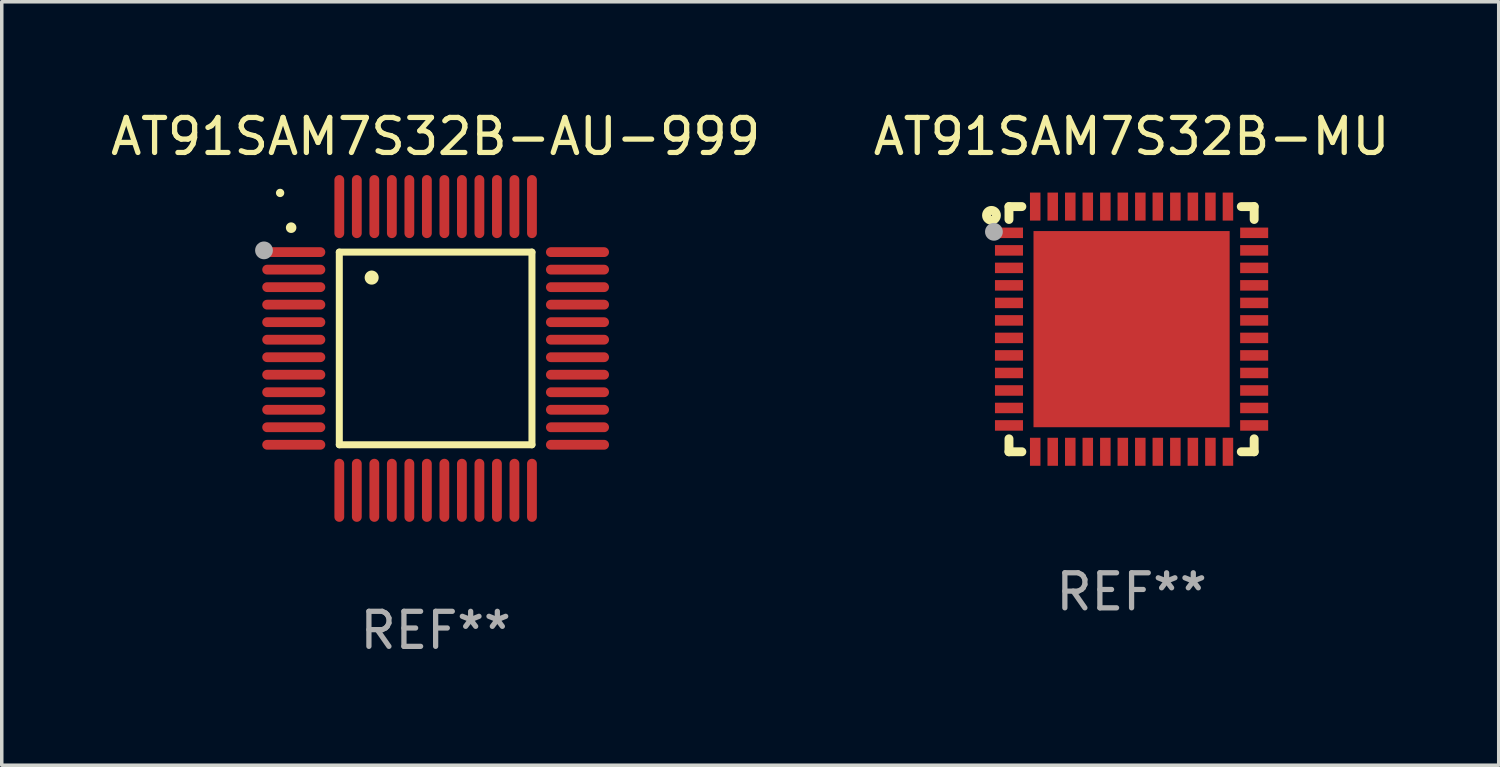
<source format=kicad_pcb>
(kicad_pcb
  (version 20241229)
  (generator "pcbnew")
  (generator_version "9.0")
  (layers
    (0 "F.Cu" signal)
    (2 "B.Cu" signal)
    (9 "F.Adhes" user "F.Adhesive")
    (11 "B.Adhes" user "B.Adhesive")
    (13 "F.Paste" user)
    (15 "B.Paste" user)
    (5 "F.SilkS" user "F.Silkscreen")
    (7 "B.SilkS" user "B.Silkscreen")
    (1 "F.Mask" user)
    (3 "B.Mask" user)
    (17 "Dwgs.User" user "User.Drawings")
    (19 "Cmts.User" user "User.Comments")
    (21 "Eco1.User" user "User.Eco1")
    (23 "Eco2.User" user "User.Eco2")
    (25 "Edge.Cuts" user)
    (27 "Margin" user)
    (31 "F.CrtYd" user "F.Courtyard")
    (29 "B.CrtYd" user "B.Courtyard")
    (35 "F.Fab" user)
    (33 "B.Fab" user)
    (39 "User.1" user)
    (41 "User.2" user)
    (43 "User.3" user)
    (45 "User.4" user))
  (footprint "AT91SAM7S32B-AU-999"
    (layer "F.Cu")
    (at 9.387 6.898)
    (property "Reference" "AT91SAM7S32B-AU-999" (at 0 -6.05 0) (layer "F.SilkS") (effects (font (size 1 1) (thickness 0.15))))
    (attr through_hole)
    (fp_line (start -2.75 -2.75) (end 2.75 -2.75) (stroke (width 0.2) (type solid)) (layer "F.SilkS"))
    (fp_line (start -2.75 2.75) (end -2.75 -2.75) (stroke (width 0.2) (type solid)) (layer "F.SilkS"))
    (fp_line (start 2.75 -2.75) (end 2.75 2.75) (stroke (width 0.2) (type solid)) (layer "F.SilkS"))
    (fp_line (start 2.75 2.75) (end -2.75 2.75) (stroke (width 0.2) (type solid)) (layer "F.SilkS"))
    (fp_arc (start -4.124968 -3.446787) (mid -4.124973 -3.448057) (end -4.124968 -3.449327) (stroke (width 0.3) (type solid)) (layer "F.SilkS"))
    (fp_arc (start -1.826264 -2.021844) (mid -1.826268 -2.023114) (end -1.826264 -2.024384) (stroke (width 0.4) (type solid)) (layer "F.SilkS"))
    (fp_circle (center -4.44 -4.44) (end -4.38 -4.44) (stroke (width 0.12) (type solid)) (fill no) (layer "F.SilkS"))
    (fp_circle (center -4.9 -2.8) (end -4.773 -2.8) (stroke (width 0.254) (type solid)) (fill no) (layer "F.Fab"))
    (fp_text user "REF**" (at 0 8.05 0) (layer "F.Fab") (effects (font (size 1 1) (thickness 0.15))))
    (pad "1" smd oval (at -4.05 -2.75 90) (size 0.28 1.8) (layers "F.Cu" "F.Mask" "F.Paste"))
    (pad "2" smd oval (at -4.05 -2.25 90) (size 0.28 1.8) (layers "F.Cu" "F.Mask" "F.Paste"))
    (pad "3" smd oval (at -4.05 -1.75 90) (size 0.28 1.8) (layers "F.Cu" "F.Mask" "F.Paste"))
    (pad "4" smd oval (at -4.05 -1.25 90) (size 0.28 1.8) (layers "F.Cu" "F.Mask" "F.Paste"))
    (pad "5" smd oval (at -4.05 -0.75 90) (size 0.28 1.8) (layers "F.Cu" "F.Mask" "F.Paste"))
    (pad "6" smd oval (at -4.05 -0.25 90) (size 0.28 1.8) (layers "F.Cu" "F.Mask" "F.Paste"))
    (pad "7" smd oval (at -4.05 0.25 90) (size 0.28 1.8) (layers "F.Cu" "F.Mask" "F.Paste"))
    (pad "8" smd oval (at -4.05 0.75 90) (size 0.28 1.8) (layers "F.Cu" "F.Mask" "F.Paste"))
    (pad "9" smd oval (at -4.05 1.25 90) (size 0.28 1.8) (layers "F.Cu" "F.Mask" "F.Paste"))
    (pad "10" smd oval (at -4.05 1.75 90) (size 0.28 1.8) (layers "F.Cu" "F.Mask" "F.Paste"))
    (pad "11" smd oval (at -4.05 2.25 90) (size 0.28 1.8) (layers "F.Cu" "F.Mask" "F.Paste"))
    (pad "12" smd oval (at -4.05 2.75 90) (size 0.28 1.8) (layers "F.Cu" "F.Mask" "F.Paste"))
    (pad "13" smd oval (at -2.75 4.05) (size 0.28 1.8) (layers "F.Cu" "F.Mask" "F.Paste"))
    (pad "14" smd oval (at -2.25 4.05) (size 0.28 1.8) (layers "F.Cu" "F.Mask" "F.Paste"))
    (pad "15" smd oval (at -1.75 4.05) (size 0.28 1.8) (layers "F.Cu" "F.Mask" "F.Paste"))
    (pad "16" smd oval (at -1.25 4.05) (size 0.28 1.8) (layers "F.Cu" "F.Mask" "F.Paste"))
    (pad "17" smd oval (at -0.75 4.05) (size 0.28 1.8) (layers "F.Cu" "F.Mask" "F.Paste"))
    (pad "18" smd oval (at -0.25 4.05) (size 0.28 1.8) (layers "F.Cu" "F.Mask" "F.Paste"))
    (pad "19" smd oval (at 0.25 4.05) (size 0.28 1.8) (layers "F.Cu" "F.Mask" "F.Paste"))
    (pad "20" smd oval (at 0.75 4.05) (size 0.28 1.8) (layers "F.Cu" "F.Mask" "F.Paste"))
    (pad "21" smd oval (at 1.25 4.05) (size 0.28 1.8) (layers "F.Cu" "F.Mask" "F.Paste"))
    (pad "22" smd oval (at 1.75 4.05) (size 0.28 1.8) (layers "F.Cu" "F.Mask" "F.Paste"))
    (pad "23" smd oval (at 2.25 4.05) (size 0.28 1.8) (layers "F.Cu" "F.Mask" "F.Paste"))
    (pad "24" smd oval (at 2.75 4.05) (size 0.28 1.8) (layers "F.Cu" "F.Mask" "F.Paste"))
    (pad "25" smd oval (at 4.05 2.75 90) (size 0.28 1.8) (layers "F.Cu" "F.Mask" "F.Paste"))
    (pad "26" smd oval (at 4.05 2.25 90) (size 0.28 1.8) (layers "F.Cu" "F.Mask" "F.Paste"))
    (pad "27" smd oval (at 4.05 1.75 90) (size 0.28 1.8) (layers "F.Cu" "F.Mask" "F.Paste"))
    (pad "28" smd oval (at 4.05 1.25 90) (size 0.28 1.8) (layers "F.Cu" "F.Mask" "F.Paste"))
    (pad "29" smd oval (at 4.05 0.75 90) (size 0.28 1.8) (layers "F.Cu" "F.Mask" "F.Paste"))
    (pad "30" smd oval (at 4.05 0.25 90) (size 0.28 1.8) (layers "F.Cu" "F.Mask" "F.Paste"))
    (pad "31" smd oval (at 4.05 -0.25 90) (size 0.28 1.8) (layers "F.Cu" "F.Mask" "F.Paste"))
    (pad "32" smd oval (at 4.05 -0.75 90) (size 0.28 1.8) (layers "F.Cu" "F.Mask" "F.Paste"))
    (pad "33" smd oval (at 4.05 -1.25 90) (size 0.28 1.8) (layers "F.Cu" "F.Mask" "F.Paste"))
    (pad "34" smd oval (at 4.05 -1.75 90) (size 0.28 1.8) (layers "F.Cu" "F.Mask" "F.Paste"))
    (pad "35" smd oval (at 4.05 -2.25 90) (size 0.28 1.8) (layers "F.Cu" "F.Mask" "F.Paste"))
    (pad "36" smd oval (at 4.05 -2.75 90) (size 0.28 1.8) (layers "F.Cu" "F.Mask" "F.Paste"))
    (pad "37" smd oval (at 2.75 -4.05) (size 0.28 1.8) (layers "F.Cu" "F.Mask" "F.Paste"))
    (pad "38" smd oval (at 2.25 -4.05) (size 0.28 1.8) (layers "F.Cu" "F.Mask" "F.Paste"))
    (pad "39" smd oval (at 1.75 -4.05) (size 0.28 1.8) (layers "F.Cu" "F.Mask" "F.Paste"))
    (pad "40" smd oval (at 1.25 -4.05) (size 0.28 1.8) (layers "F.Cu" "F.Mask" "F.Paste"))
    (pad "41" smd oval (at 0.75 -4.05) (size 0.28 1.8) (layers "F.Cu" "F.Mask" "F.Paste"))
    (pad "42" smd oval (at 0.25 -4.05) (size 0.28 1.8) (layers "F.Cu" "F.Mask" "F.Paste"))
    (pad "43" smd oval (at -0.25 -4.05) (size 0.28 1.8) (layers "F.Cu" "F.Mask" "F.Paste"))
    (pad "44" smd oval (at -0.75 -4.05) (size 0.28 1.8) (layers "F.Cu" "F.Mask" "F.Paste"))
    (pad "45" smd oval (at -1.25 -4.05) (size 0.28 1.8) (layers "F.Cu" "F.Mask" "F.Paste"))
    (pad "46" smd oval (at -1.75 -4.05) (size 0.28 1.8) (layers "F.Cu" "F.Mask" "F.Paste"))
    (pad "47" smd oval (at -2.25 -4.05) (size 0.28 1.8) (layers "F.Cu" "F.Mask" "F.Paste"))
    (pad "48" smd oval (at -2.75 -4.05) (size 0.28 1.8) (layers "F.Cu" "F.Mask" "F.Paste")))
  (footprint "AT91SAM7S32B-MU"
    (layer "F.Cu")
    (at 29.256 6.348)
    (property "Reference" "AT91SAM7S32B-MU" (at 0 -5.5 0) (layer "F.SilkS") (effects (font (size 1 1) (thickness 0.15))))
    (attr through_hole)
    (fp_line (start -3.5 -3.5) (end -3.132 -3.5) (stroke (width 0.254) (type solid)) (layer "F.SilkS"))
    (fp_line (start -3.5 -3.132) (end -3.5 -3.5) (stroke (width 0.254) (type solid)) (layer "F.SilkS"))
    (fp_line (start -3.5 3.5) (end -3.5 3.13) (stroke (width 0.254) (type solid)) (layer "F.SilkS"))
    (fp_line (start -3.132 3.5) (end -3.5 3.5) (stroke (width 0.254) (type solid)) (layer "F.SilkS"))
    (fp_line (start 3.132 -3.5) (end 3.5 -3.5) (stroke (width 0.254) (type solid)) (layer "F.SilkS"))
    (fp_line (start 3.5 -3.5) (end 3.5 -3.132) (stroke (width 0.254) (type solid)) (layer "F.SilkS"))
    (fp_line (start 3.5 3.13) (end 3.5 3.5) (stroke (width 0.254) (type solid)) (layer "F.SilkS"))
    (fp_line (start 3.5 3.5) (end 3.132 3.5) (stroke (width 0.254) (type solid)) (layer "F.SilkS"))
    (fp_circle (center -4 -3.25) (end -3.859 -3.25) (stroke (width 0.254) (type solid)) (fill no) (layer "F.SilkS"))
    (fp_circle (center -3.5 -3.501) (end -3.47 -3.501) (stroke (width 0.06) (type solid)) (fill no) (layer "F.SilkS"))
    (fp_circle (center -3.93 -2.78) (end -3.803 -2.78) (stroke (width 0.254) (type solid)) (fill no) (layer "F.Fab"))
    (fp_text user "REF**" (at 0 7.5 0) (layer "F.Fab") (effects (font (size 1 1) (thickness 0.15))))
    (pad "1" smd rect (at -3.5 -2.751 270) (size 0.3 0.8) (layers "F.Cu" "F.Mask" "F.Paste"))
    (pad "2" smd rect (at -3.5 -2.25 270) (size 0.3 0.8) (layers "F.Cu" "F.Mask" "F.Paste"))
    (pad "3" smd rect (at -3.5 -1.75 270) (size 0.3 0.8) (layers "F.Cu" "F.Mask" "F.Paste"))
    (pad "4" smd rect (at -3.5 -1.251 270) (size 0.3 0.8) (layers "F.Cu" "F.Mask" "F.Paste"))
    (pad "5" smd rect (at -3.5 -0.75 270) (size 0.3 0.8) (layers "F.Cu" "F.Mask" "F.Paste"))
    (pad "6" smd rect (at -3.5 -0.251 270) (size 0.3 0.8) (layers "F.Cu" "F.Mask" "F.Paste"))
    (pad "7" smd rect (at -3.5 0.249 270) (size 0.3 0.8) (layers "F.Cu" "F.Mask" "F.Paste"))
    (pad "8" smd rect (at -3.5 0.749 270) (size 0.3 0.8) (layers "F.Cu" "F.Mask" "F.Paste"))
    (pad "9" smd rect (at -3.5 1.25 270) (size 0.3 0.8) (layers "F.Cu" "F.Mask" "F.Paste"))
    (pad "10" smd rect (at -3.5 1.75 270) (size 0.3 0.8) (layers "F.Cu" "F.Mask" "F.Paste"))
    (pad "11" smd rect (at -3.5 2.249 270) (size 0.3 0.8) (layers "F.Cu" "F.Mask" "F.Paste"))
    (pad "12" smd rect (at -3.5 2.748 270) (size 0.3 0.8) (layers "F.Cu" "F.Mask" "F.Paste"))
    (pad "13" smd rect (at -2.751 3.5 180) (size 0.3 0.8) (layers "F.Cu" "F.Mask" "F.Paste"))
    (pad "14" smd rect (at -2.251 3.5 180) (size 0.3 0.8) (layers "F.Cu" "F.Mask" "F.Paste"))
    (pad "15" smd rect (at -1.75 3.5 180) (size 0.3 0.8) (layers "F.Cu" "F.Mask" "F.Paste"))
    (pad "16" smd rect (at -1.25 3.5 180) (size 0.3 0.8) (layers "F.Cu" "F.Mask" "F.Paste"))
    (pad "17" smd rect (at -0.749 3.5 180) (size 0.3 0.8) (layers "F.Cu" "F.Mask" "F.Paste"))
    (pad "18" smd rect (at -0.25 3.5 180) (size 0.3 0.8) (layers "F.Cu" "F.Mask" "F.Paste"))
    (pad "19" smd rect (at 0.249 3.5 180) (size 0.3 0.8) (layers "F.Cu" "F.Mask" "F.Paste"))
    (pad "20" smd rect (at 0.749 3.5 180) (size 0.3 0.8) (layers "F.Cu" "F.Mask" "F.Paste"))
    (pad "21" smd rect (at 1.25 3.5 180) (size 0.3 0.8) (layers "F.Cu" "F.Mask" "F.Paste"))
    (pad "22" smd rect (at 1.75 3.5 180) (size 0.3 0.8) (layers "F.Cu" "F.Mask" "F.Paste"))
    (pad "23" smd rect (at 2.251 3.5 180) (size 0.3 0.8) (layers "F.Cu" "F.Mask" "F.Paste"))
    (pad "24" smd rect (at 2.751 3.5 180) (size 0.3 0.8) (layers "F.Cu" "F.Mask" "F.Paste"))
    (pad "25" smd rect (at 3.5 2.748 270) (size 0.3 0.8) (layers "F.Cu" "F.Mask" "F.Paste"))
    (pad "26" smd rect (at 3.5 2.249 270) (size 0.3 0.8) (layers "F.Cu" "F.Mask" "F.Paste"))
    (pad "27" smd rect (at 3.5 1.75 270) (size 0.3 0.8) (layers "F.Cu" "F.Mask" "F.Paste"))
    (pad "28" smd rect (at 3.5 1.25 270) (size 0.3 0.8) (layers "F.Cu" "F.Mask" "F.Paste"))
    (pad "29" smd rect (at 3.5 0.749 270) (size 0.3 0.8) (layers "F.Cu" "F.Mask" "F.Paste"))
    (pad "30" smd rect (at 3.5 0.249 270) (size 0.3 0.8) (layers "F.Cu" "F.Mask" "F.Paste"))
    (pad "31" smd rect (at 3.5 -0.251 270) (size 0.3 0.8) (layers "F.Cu" "F.Mask" "F.Paste"))
    (pad "32" smd rect (at 3.5 -0.75 270) (size 0.3 0.8) (layers "F.Cu" "F.Mask" "F.Paste"))
    (pad "33" smd rect (at 3.5 -1.251 270) (size 0.3 0.8) (layers "F.Cu" "F.Mask" "F.Paste"))
    (pad "34" smd rect (at 3.5 -1.75 270) (size 0.3 0.8) (layers "F.Cu" "F.Mask" "F.Paste"))
    (pad "35" smd rect (at 3.5 -2.25 270) (size 0.3 0.8) (layers "F.Cu" "F.Mask" "F.Paste"))
    (pad "36" smd rect (at 3.5 -2.751 270) (size 0.3 0.8) (layers "F.Cu" "F.Mask" "F.Paste"))
    (pad "37" smd rect (at 2.751 -3.5 180) (size 0.3 0.8) (layers "F.Cu" "F.Mask" "F.Paste"))
    (pad "38" smd rect (at 2.251 -3.5 180) (size 0.3 0.8) (layers "F.Cu" "F.Mask" "F.Paste"))
    (pad "39" smd rect (at 1.75 -3.5 180) (size 0.3 0.8) (layers "F.Cu" "F.Mask" "F.Paste"))
    (pad "40" smd rect (at 1.25 -3.5 180) (size 0.3 0.8) (layers "F.Cu" "F.Mask" "F.Paste"))
    (pad "41" smd rect (at 0.749 -3.5 180) (size 0.3 0.8) (layers "F.Cu" "F.Mask" "F.Paste"))
    (pad "42" smd rect (at 0.25 -3.5 180) (size 0.3 0.8) (layers "F.Cu" "F.Mask" "F.Paste"))
    (pad "43" smd rect (at -0.25 -3.5 180) (size 0.3 0.8) (layers "F.Cu" "F.Mask" "F.Paste"))
    (pad "44" smd rect (at -0.749 -3.5 180) (size 0.3 0.8) (layers "F.Cu" "F.Mask" "F.Paste"))
    (pad "45" smd rect (at -1.25 -3.5 180) (size 0.3 0.8) (layers "F.Cu" "F.Mask" "F.Paste"))
    (pad "46" smd rect (at -1.75 -3.5 180) (size 0.3 0.8) (layers "F.Cu" "F.Mask" "F.Paste"))
    (pad "47" smd rect (at -2.251 -3.5 180) (size 0.3 0.8) (layers "F.Cu" "F.Mask" "F.Paste"))
    (pad "48" smd rect (at -2.751 -3.5 180) (size 0.3 0.8) (layers "F.Cu" "F.Mask" "F.Paste"))
    (pad "49" smd rect (at 0.000127 -0.001 180) (size 5.6 5.6) (layers "F.Cu" "F.Mask" "F.Paste")))
  (gr_rect
    (start -3 -3)
    (end 39.738 18.797)
    (stroke (width 0.1) (type default))
    (fill no)
    (layer "Edge.Cuts")))
</source>
